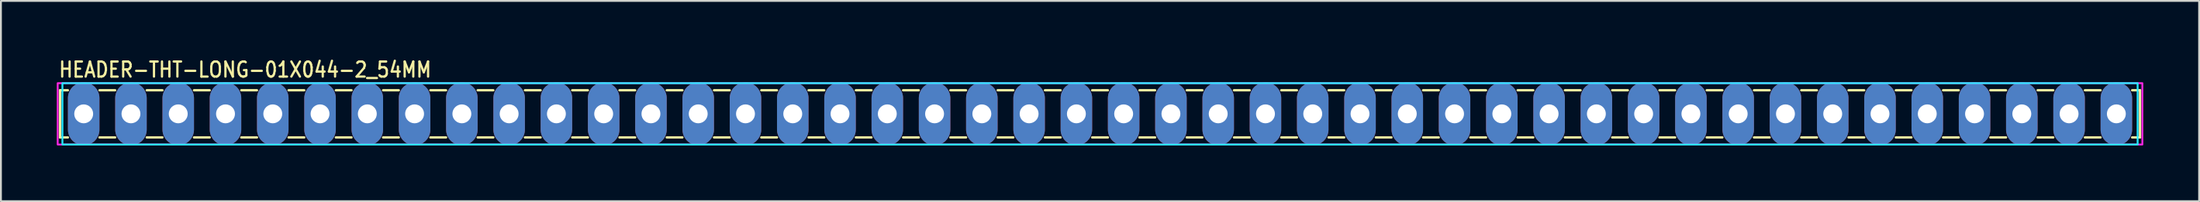
<source format=kicad_pcb>
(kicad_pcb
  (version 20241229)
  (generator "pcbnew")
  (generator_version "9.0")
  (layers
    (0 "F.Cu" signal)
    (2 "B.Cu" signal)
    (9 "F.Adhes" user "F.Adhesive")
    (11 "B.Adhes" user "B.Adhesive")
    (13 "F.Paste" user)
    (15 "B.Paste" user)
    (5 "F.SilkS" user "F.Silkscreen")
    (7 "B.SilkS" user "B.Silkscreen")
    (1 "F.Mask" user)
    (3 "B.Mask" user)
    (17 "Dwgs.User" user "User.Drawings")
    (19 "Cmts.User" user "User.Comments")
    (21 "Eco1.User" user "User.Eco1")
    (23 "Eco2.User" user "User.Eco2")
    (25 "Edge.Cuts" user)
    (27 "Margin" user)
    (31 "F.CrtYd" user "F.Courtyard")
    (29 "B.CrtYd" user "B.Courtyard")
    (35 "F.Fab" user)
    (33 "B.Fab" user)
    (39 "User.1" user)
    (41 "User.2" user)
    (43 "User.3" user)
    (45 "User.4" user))
  (footprint "HEADER-THT-LONG-01X044-2_54MM"
    (layer "F.Cu")
    (at 1.447 3.079)
    (property "Reference" "HEADER-THT-LONG-01X044-2_54MM" (at -1.4 -1.9 0) (unlocked yes) (layer "F.SilkS") (effects (font (size 0.813 0.695) (thickness 0.122)) (justify left bottom)))
    (fp_line (start -1.27 -1.27) (end -1.27 1.27) (stroke (width 0.127) (type solid)) (layer "F.SilkS"))
    (fp_line (start -1.27 1.27) (end -0.85 1.27) (stroke (width 0.127) (type solid)) (layer "F.SilkS"))
    (fp_line (start -0.85 -1.27) (end -1.27 -1.27) (stroke (width 0.127) (type solid)) (layer "F.SilkS"))
    (fp_line (start 0.85 -1.27) (end 1.69 -1.27) (stroke (width 0.127) (type solid)) (layer "F.SilkS"))
    (fp_line (start 0.85 1.27) (end 1.69 1.27) (stroke (width 0.127) (type solid)) (layer "F.SilkS"))
    (fp_line (start 3.39 -1.27) (end 4.23 -1.27) (stroke (width 0.127) (type solid)) (layer "F.SilkS"))
    (fp_line (start 3.39 1.27) (end 4.23 1.27) (stroke (width 0.127) (type solid)) (layer "F.SilkS"))
    (fp_line (start 5.93 -1.27) (end 6.77 -1.27) (stroke (width 0.127) (type solid)) (layer "F.SilkS"))
    (fp_line (start 5.93 1.27) (end 6.77 1.27) (stroke (width 0.127) (type solid)) (layer "F.SilkS"))
    (fp_line (start 8.47 -1.27) (end 9.31 -1.27) (stroke (width 0.127) (type solid)) (layer "F.SilkS"))
    (fp_line (start 8.47 1.27) (end 9.31 1.27) (stroke (width 0.127) (type solid)) (layer "F.SilkS"))
    (fp_line (start 11.01 -1.27) (end 11.85 -1.27) (stroke (width 0.127) (type solid)) (layer "F.SilkS"))
    (fp_line (start 11.01 1.27) (end 11.85 1.27) (stroke (width 0.127) (type solid)) (layer "F.SilkS"))
    (fp_line (start 13.55 -1.27) (end 14.39 -1.27) (stroke (width 0.127) (type solid)) (layer "F.SilkS"))
    (fp_line (start 13.55 1.27) (end 14.39 1.27) (stroke (width 0.127) (type solid)) (layer "F.SilkS"))
    (fp_line (start 16.09 -1.27) (end 16.93 -1.27) (stroke (width 0.127) (type solid)) (layer "F.SilkS"))
    (fp_line (start 16.09 1.27) (end 16.93 1.27) (stroke (width 0.127) (type solid)) (layer "F.SilkS"))
    (fp_line (start 18.63 -1.27) (end 19.47 -1.27) (stroke (width 0.127) (type solid)) (layer "F.SilkS"))
    (fp_line (start 18.63 1.27) (end 19.47 1.27) (stroke (width 0.127) (type solid)) (layer "F.SilkS"))
    (fp_line (start 21.17 -1.27) (end 22.01 -1.27) (stroke (width 0.127) (type solid)) (layer "F.SilkS"))
    (fp_line (start 21.17 1.27) (end 22.01 1.27) (stroke (width 0.127) (type solid)) (layer "F.SilkS"))
    (fp_line (start 23.71 -1.27) (end 24.55 -1.27) (stroke (width 0.127) (type solid)) (layer "F.SilkS"))
    (fp_line (start 23.71 1.27) (end 24.55 1.27) (stroke (width 0.127) (type solid)) (layer "F.SilkS"))
    (fp_line (start 26.25 -1.27) (end 27.09 -1.27) (stroke (width 0.127) (type solid)) (layer "F.SilkS"))
    (fp_line (start 26.25 1.27) (end 27.09 1.27) (stroke (width 0.127) (type solid)) (layer "F.SilkS"))
    (fp_line (start 28.79 -1.27) (end 29.63 -1.27) (stroke (width 0.127) (type solid)) (layer "F.SilkS"))
    (fp_line (start 28.79 1.27) (end 29.63 1.27) (stroke (width 0.127) (type solid)) (layer "F.SilkS"))
    (fp_line (start 31.33 -1.27) (end 32.17 -1.27) (stroke (width 0.127) (type solid)) (layer "F.SilkS"))
    (fp_line (start 31.33 1.27) (end 32.17 1.27) (stroke (width 0.127) (type solid)) (layer "F.SilkS"))
    (fp_line (start 33.87 -1.27) (end 34.71 -1.27) (stroke (width 0.127) (type solid)) (layer "F.SilkS"))
    (fp_line (start 33.87 1.27) (end 34.71 1.27) (stroke (width 0.127) (type solid)) (layer "F.SilkS"))
    (fp_line (start 36.41 -1.27) (end 37.25 -1.27) (stroke (width 0.127) (type solid)) (layer "F.SilkS"))
    (fp_line (start 36.41 1.27) (end 37.25 1.27) (stroke (width 0.127) (type solid)) (layer "F.SilkS"))
    (fp_line (start 38.95 -1.27) (end 39.79 -1.27) (stroke (width 0.127) (type solid)) (layer "F.SilkS"))
    (fp_line (start 38.95 1.27) (end 39.79 1.27) (stroke (width 0.127) (type solid)) (layer "F.SilkS"))
    (fp_line (start 41.49 -1.27) (end 42.33 -1.27) (stroke (width 0.127) (type solid)) (layer "F.SilkS"))
    (fp_line (start 41.49 1.27) (end 42.33 1.27) (stroke (width 0.127) (type solid)) (layer "F.SilkS"))
    (fp_line (start 44.03 -1.27) (end 44.87 -1.27) (stroke (width 0.127) (type solid)) (layer "F.SilkS"))
    (fp_line (start 44.03 1.27) (end 44.87 1.27) (stroke (width 0.127) (type solid)) (layer "F.SilkS"))
    (fp_line (start 46.57 -1.27) (end 47.41 -1.27) (stroke (width 0.127) (type solid)) (layer "F.SilkS"))
    (fp_line (start 46.57 1.27) (end 47.41 1.27) (stroke (width 0.127) (type solid)) (layer "F.SilkS"))
    (fp_line (start 49.11 -1.27) (end 49.95 -1.27) (stroke (width 0.127) (type solid)) (layer "F.SilkS"))
    (fp_line (start 49.11 1.27) (end 49.95 1.27) (stroke (width 0.127) (type solid)) (layer "F.SilkS"))
    (fp_line (start 51.65 -1.27) (end 52.49 -1.27) (stroke (width 0.127) (type solid)) (layer "F.SilkS"))
    (fp_line (start 51.65 1.27) (end 52.49 1.27) (stroke (width 0.127) (type solid)) (layer "F.SilkS"))
    (fp_line (start 54.19 -1.27) (end 55.03 -1.27) (stroke (width 0.127) (type solid)) (layer "F.SilkS"))
    (fp_line (start 54.19 1.27) (end 55.03 1.27) (stroke (width 0.127) (type solid)) (layer "F.SilkS"))
    (fp_line (start 56.73 -1.27) (end 57.57 -1.27) (stroke (width 0.127) (type solid)) (layer "F.SilkS"))
    (fp_line (start 56.73 1.27) (end 57.57 1.27) (stroke (width 0.127) (type solid)) (layer "F.SilkS"))
    (fp_line (start 59.27 -1.27) (end 60.11 -1.27) (stroke (width 0.127) (type solid)) (layer "F.SilkS"))
    (fp_line (start 59.27 1.27) (end 60.11 1.27) (stroke (width 0.127) (type solid)) (layer "F.SilkS"))
    (fp_line (start 61.81 -1.27) (end 62.65 -1.27) (stroke (width 0.127) (type solid)) (layer "F.SilkS"))
    (fp_line (start 61.81 1.27) (end 62.65 1.27) (stroke (width 0.127) (type solid)) (layer "F.SilkS"))
    (fp_line (start 64.35 -1.27) (end 65.19 -1.27) (stroke (width 0.127) (type solid)) (layer "F.SilkS"))
    (fp_line (start 64.35 1.27) (end 65.19 1.27) (stroke (width 0.127) (type solid)) (layer "F.SilkS"))
    (fp_line (start 66.89 -1.27) (end 67.73 -1.27) (stroke (width 0.127) (type solid)) (layer "F.SilkS"))
    (fp_line (start 66.89 1.27) (end 67.73 1.27) (stroke (width 0.127) (type solid)) (layer "F.SilkS"))
    (fp_line (start 69.43 -1.27) (end 70.27 -1.27) (stroke (width 0.127) (type solid)) (layer "F.SilkS"))
    (fp_line (start 69.43 1.27) (end 70.27 1.27) (stroke (width 0.127) (type solid)) (layer "F.SilkS"))
    (fp_line (start 71.97 -1.27) (end 72.81 -1.27) (stroke (width 0.127) (type solid)) (layer "F.SilkS"))
    (fp_line (start 71.97 1.27) (end 72.81 1.27) (stroke (width 0.127) (type solid)) (layer "F.SilkS"))
    (fp_line (start 74.51 -1.27) (end 75.35 -1.27) (stroke (width 0.127) (type solid)) (layer "F.SilkS"))
    (fp_line (start 74.51 1.27) (end 75.35 1.27) (stroke (width 0.127) (type solid)) (layer "F.SilkS"))
    (fp_line (start 77.05 -1.27) (end 77.89 -1.27) (stroke (width 0.127) (type solid)) (layer "F.SilkS"))
    (fp_line (start 77.05 1.27) (end 77.89 1.27) (stroke (width 0.127) (type solid)) (layer "F.SilkS"))
    (fp_line (start 79.59 -1.27) (end 80.43 -1.27) (stroke (width 0.127) (type solid)) (layer "F.SilkS"))
    (fp_line (start 79.59 1.27) (end 80.43 1.27) (stroke (width 0.127) (type solid)) (layer "F.SilkS"))
    (fp_line (start 82.13 -1.27) (end 82.97 -1.27) (stroke (width 0.127) (type solid)) (layer "F.SilkS"))
    (fp_line (start 82.13 1.27) (end 82.97 1.27) (stroke (width 0.127) (type solid)) (layer "F.SilkS"))
    (fp_line (start 84.67 -1.27) (end 85.51 -1.27) (stroke (width 0.127) (type solid)) (layer "F.SilkS"))
    (fp_line (start 84.67 1.27) (end 85.51 1.27) (stroke (width 0.127) (type solid)) (layer "F.SilkS"))
    (fp_line (start 87.21 -1.27) (end 88.05 -1.27) (stroke (width 0.127) (type solid)) (layer "F.SilkS"))
    (fp_line (start 87.21 1.27) (end 88.05 1.27) (stroke (width 0.127) (type solid)) (layer "F.SilkS"))
    (fp_line (start 89.75 -1.27) (end 90.59 -1.27) (stroke (width 0.127) (type solid)) (layer "F.SilkS"))
    (fp_line (start 89.75 1.27) (end 90.59 1.27) (stroke (width 0.127) (type solid)) (layer "F.SilkS"))
    (fp_line (start 92.29 -1.27) (end 93.13 -1.27) (stroke (width 0.127) (type solid)) (layer "F.SilkS"))
    (fp_line (start 92.29 1.27) (end 93.13 1.27) (stroke (width 0.127) (type solid)) (layer "F.SilkS"))
    (fp_line (start 94.83 -1.27) (end 95.67 -1.27) (stroke (width 0.127) (type solid)) (layer "F.SilkS"))
    (fp_line (start 94.83 1.27) (end 95.67 1.27) (stroke (width 0.127) (type solid)) (layer "F.SilkS"))
    (fp_line (start 97.37 -1.27) (end 98.21 -1.27) (stroke (width 0.127) (type solid)) (layer "F.SilkS"))
    (fp_line (start 97.37 1.27) (end 98.21 1.27) (stroke (width 0.127) (type solid)) (layer "F.SilkS"))
    (fp_line (start 99.91 -1.27) (end 100.75 -1.27) (stroke (width 0.127) (type solid)) (layer "F.SilkS"))
    (fp_line (start 99.91 1.27) (end 100.75 1.27) (stroke (width 0.127) (type solid)) (layer "F.SilkS"))
    (fp_line (start 102.45 -1.27) (end 103.29 -1.27) (stroke (width 0.127) (type solid)) (layer "F.SilkS"))
    (fp_line (start 102.45 1.27) (end 103.29 1.27) (stroke (width 0.127) (type solid)) (layer "F.SilkS"))
    (fp_line (start 104.99 -1.27) (end 105.83 -1.27) (stroke (width 0.127) (type solid)) (layer "F.SilkS"))
    (fp_line (start 104.99 1.27) (end 105.83 1.27) (stroke (width 0.127) (type solid)) (layer "F.SilkS"))
    (fp_line (start 107.53 -1.27) (end 108.37 -1.27) (stroke (width 0.127) (type solid)) (layer "F.SilkS"))
    (fp_line (start 107.53 1.27) (end 108.37 1.27) (stroke (width 0.127) (type solid)) (layer "F.SilkS"))
    (fp_line (start 110.07 -1.27) (end 110.49 -1.27) (stroke (width 0.127) (type solid)) (layer "F.SilkS"))
    (fp_line (start 110.49 -1.27) (end 110.49 1.27) (stroke (width 0.127) (type solid)) (layer "F.SilkS"))
    (fp_line (start 110.49 1.27) (end 110.07 1.27) (stroke (width 0.127) (type solid)) (layer "F.SilkS"))
    (fp_poly (pts (xy -1.143 -1.651) (xy 110.363 -1.651) (xy 110.363 1.651) (xy -1.143 1.651)) (stroke (width 0.1) (type solid)) (fill no) (layer "B.CrtYd"))
    (fp_poly (pts (xy -1.397 -1.651) (xy 110.617 -1.651) (xy 110.617 1.651) (xy -1.397 1.651)) (stroke (width 0.1) (type solid)) (fill no) (layer "F.CrtYd"))
    (pad "1" thru_hole oval (at 0 0 90) (size 3.387 1.693) (drill 1.016) (layers "*.Cu" "*.Mask"))
    (pad "2" thru_hole oval (at 2.54 0 90) (size 3.387 1.693) (drill 1.016) (layers "*.Cu" "*.Mask"))
    (pad "3" thru_hole oval (at 5.08 0 90) (size 3.387 1.693) (drill 1.016) (layers "*.Cu" "*.Mask"))
    (pad "4" thru_hole oval (at 7.62 0 90) (size 3.387 1.693) (drill 1.016) (layers "*.Cu" "*.Mask"))
    (pad "5" thru_hole oval (at 10.16 0 90) (size 3.387 1.693) (drill 1.016) (layers "*.Cu" "*.Mask"))
    (pad "6" thru_hole oval (at 12.7 0 90) (size 3.387 1.693) (drill 1.016) (layers "*.Cu" "*.Mask"))
    (pad "7" thru_hole oval (at 15.24 0 90) (size 3.387 1.693) (drill 1.016) (layers "*.Cu" "*.Mask"))
    (pad "8" thru_hole oval (at 17.78 0 90) (size 3.387 1.693) (drill 1.016) (layers "*.Cu" "*.Mask"))
    (pad "9" thru_hole oval (at 20.32 0 90) (size 3.387 1.693) (drill 1.016) (layers "*.Cu" "*.Mask"))
    (pad "10" thru_hole oval (at 22.86 0 90) (size 3.387 1.693) (drill 1.016) (layers "*.Cu" "*.Mask"))
    (pad "11" thru_hole oval (at 25.4 0 90) (size 3.387 1.693) (drill 1.016) (layers "*.Cu" "*.Mask"))
    (pad "12" thru_hole oval (at 27.94 0 90) (size 3.387 1.693) (drill 1.016) (layers "*.Cu" "*.Mask"))
    (pad "13" thru_hole oval (at 30.48 0 90) (size 3.387 1.693) (drill 1.016) (layers "*.Cu" "*.Mask"))
    (pad "14" thru_hole oval (at 33.02 0 90) (size 3.387 1.693) (drill 1.016) (layers "*.Cu" "*.Mask"))
    (pad "15" thru_hole oval (at 35.56 0 90) (size 3.387 1.693) (drill 1.016) (layers "*.Cu" "*.Mask"))
    (pad "16" thru_hole oval (at 38.1 0 90) (size 3.387 1.693) (drill 1.016) (layers "*.Cu" "*.Mask"))
    (pad "17" thru_hole oval (at 40.64 0 90) (size 3.387 1.693) (drill 1.016) (layers "*.Cu" "*.Mask"))
    (pad "18" thru_hole oval (at 43.18 0 90) (size 3.387 1.693) (drill 1.016) (layers "*.Cu" "*.Mask"))
    (pad "19" thru_hole oval (at 45.72 0 90) (size 3.387 1.693) (drill 1.016) (layers "*.Cu" "*.Mask"))
    (pad "20" thru_hole oval (at 48.26 0 90) (size 3.387 1.693) (drill 1.016) (layers "*.Cu" "*.Mask"))
    (pad "21" thru_hole oval (at 50.8 0 90) (size 3.387 1.693) (drill 1.016) (layers "*.Cu" "*.Mask"))
    (pad "22" thru_hole oval (at 53.34 0 90) (size 3.387 1.693) (drill 1.016) (layers "*.Cu" "*.Mask"))
    (pad "23" thru_hole oval (at 55.88 0 90) (size 3.387 1.693) (drill 1.016) (layers "*.Cu" "*.Mask"))
    (pad "24" thru_hole oval (at 58.42 0 90) (size 3.387 1.693) (drill 1.016) (layers "*.Cu" "*.Mask"))
    (pad "25" thru_hole oval (at 60.96 0 90) (size 3.387 1.693) (drill 1.016) (layers "*.Cu" "*.Mask"))
    (pad "26" thru_hole oval (at 63.5 0 90) (size 3.387 1.693) (drill 1.016) (layers "*.Cu" "*.Mask"))
    (pad "27" thru_hole oval (at 66.04 0 90) (size 3.387 1.693) (drill 1.016) (layers "*.Cu" "*.Mask"))
    (pad "28" thru_hole oval (at 68.58 0 90) (size 3.387 1.693) (drill 1.016) (layers "*.Cu" "*.Mask"))
    (pad "29" thru_hole oval (at 71.12 0 90) (size 3.387 1.693) (drill 1.016) (layers "*.Cu" "*.Mask"))
    (pad "30" thru_hole oval (at 73.66 0 90) (size 3.387 1.693) (drill 1.016) (layers "*.Cu" "*.Mask"))
    (pad "31" thru_hole oval (at 76.2 0 90) (size 3.387 1.693) (drill 1.016) (layers "*.Cu" "*.Mask"))
    (pad "32" thru_hole oval (at 78.74 0 90) (size 3.387 1.693) (drill 1.016) (layers "*.Cu" "*.Mask"))
    (pad "33" thru_hole oval (at 81.28 0 90) (size 3.387 1.693) (drill 1.016) (layers "*.Cu" "*.Mask"))
    (pad "34" thru_hole oval (at 83.82 0 90) (size 3.387 1.693) (drill 1.016) (layers "*.Cu" "*.Mask"))
    (pad "35" thru_hole oval (at 86.36 0 90) (size 3.387 1.693) (drill 1.016) (layers "*.Cu" "*.Mask"))
    (pad "36" thru_hole oval (at 88.9 0 90) (size 3.387 1.693) (drill 1.016) (layers "*.Cu" "*.Mask"))
    (pad "37" thru_hole oval (at 91.44 0 90) (size 3.387 1.693) (drill 1.016) (layers "*.Cu" "*.Mask"))
    (pad "38" thru_hole oval (at 93.98 0 90) (size 3.387 1.693) (drill 1.016) (layers "*.Cu" "*.Mask"))
    (pad "39" thru_hole oval (at 96.52 0 90) (size 3.387 1.693) (drill 1.016) (layers "*.Cu" "*.Mask"))
    (pad "40" thru_hole oval (at 99.06 0 90) (size 3.387 1.693) (drill 1.016) (layers "*.Cu" "*.Mask"))
    (pad "41" thru_hole oval (at 101.6 0 90) (size 3.387 1.693) (drill 1.016) (layers "*.Cu" "*.Mask"))
    (pad "42" thru_hole oval (at 104.14 0 90) (size 3.387 1.693) (drill 1.016) (layers "*.Cu" "*.Mask"))
    (pad "43" thru_hole oval (at 106.68 0 90) (size 3.387 1.693) (drill 1.016) (layers "*.Cu" "*.Mask"))
    (pad "44" thru_hole oval (at 109.22 0 90) (size 3.387 1.693) (drill 1.016) (layers "*.Cu" "*.Mask")))
  (gr_rect
    (start -3 -3)
    (end 115.114 7.78)
    (stroke (width 0.1) (type default))
    (fill no)
    (layer "Edge.Cuts")))
</source>
